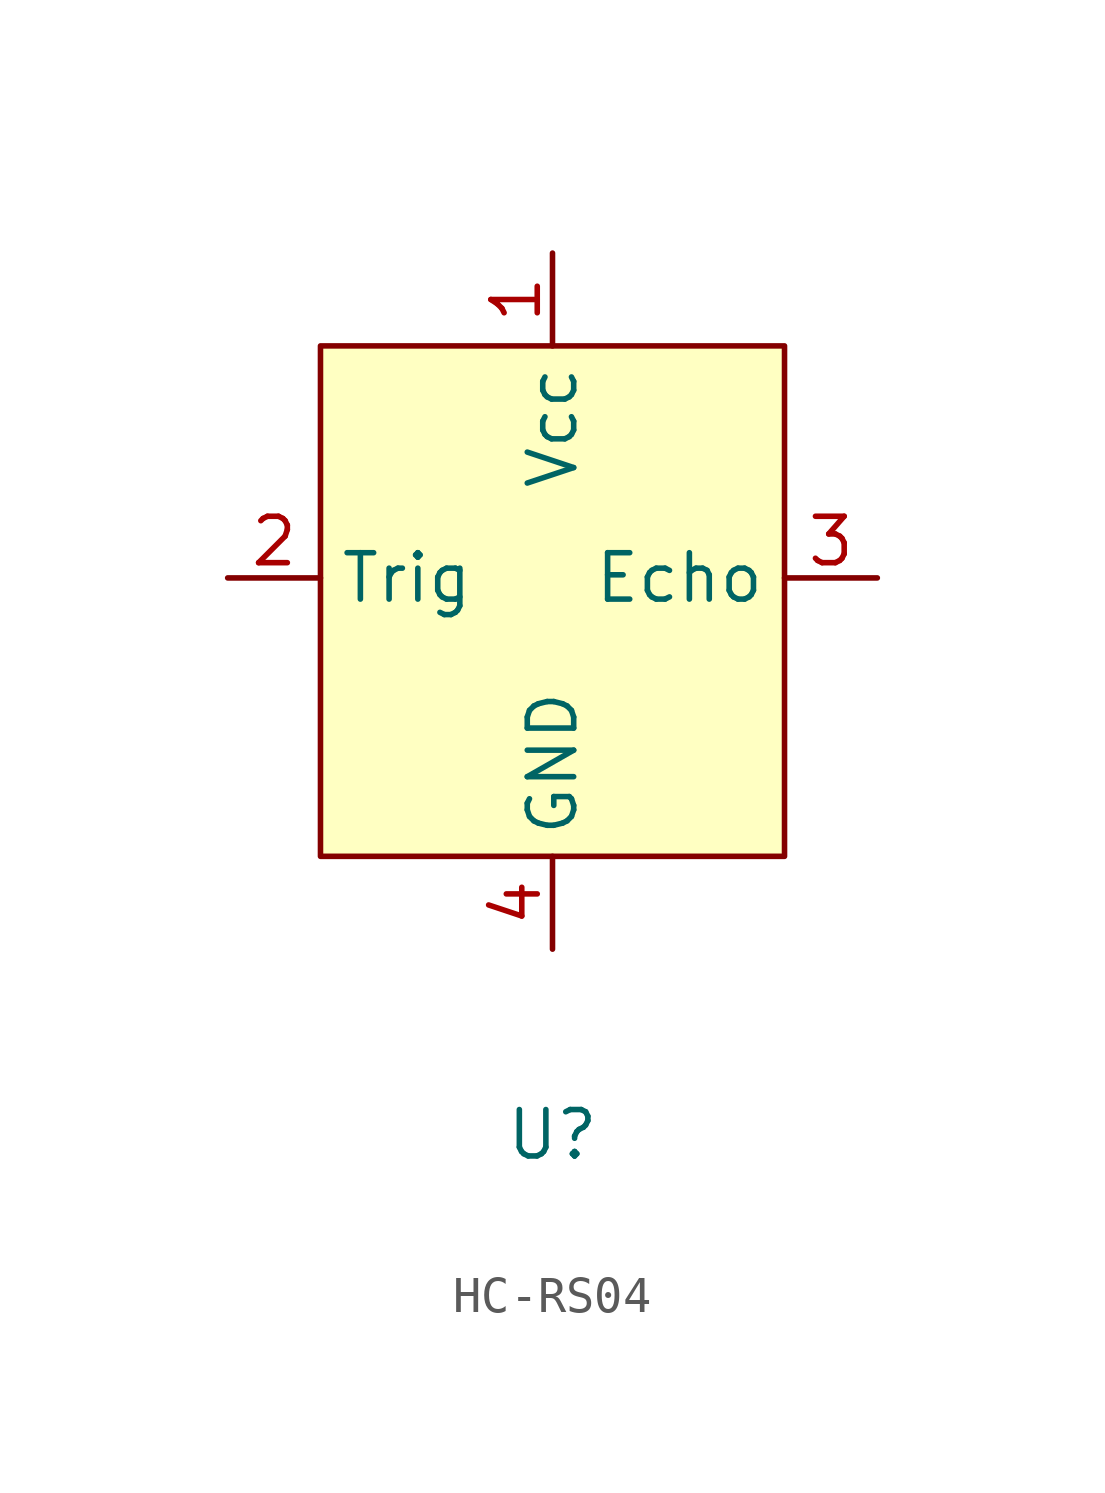
<source format=kicad_sym>
(kicad_symbol_lib
  (version 20220914)
  (generator kicad_symbol_editor)
  (symbol "HC-RS04"
    (property "Reference" "U"
      (at 0 0 0)
      (effects (font (size 1.27 1.27))))
    (property "Value" ""
      (at 0 0 0)
      (effects (font (size 1.27 1.27))))
    (symbol "HC-RS04_1_1"
      (rectangle (start -6.35 21.59) (end 6.35 7.62) (stroke (width 0) (type default)) (fill (type background)))
      (pin power_in line (at 0 24.13 270) (length 2.54) (name "Vcc" (effects (font (size 1.27 1.27)))) (number "1" (effects (font (size 1.27 1.27)))))
      (pin input line (at -8.89 15.24 0) (length 2.54) (name "Trig" (effects (font (size 1.27 1.27)))) (number "2" (effects (font (size 1.27 1.27)))))
      (pin output line (at 8.89 15.24 180) (length 2.54) (name "Echo" (effects (font (size 1.27 1.27)))) (number "3" (effects (font (size 1.27 1.27)))))
      (pin power_out line (at 0 5.08 90) (length 2.54) (name "GND" (effects (font (size 1.27 1.27)))) (number "4" (effects (font (size 1.27 1.27))))))))
</source>
